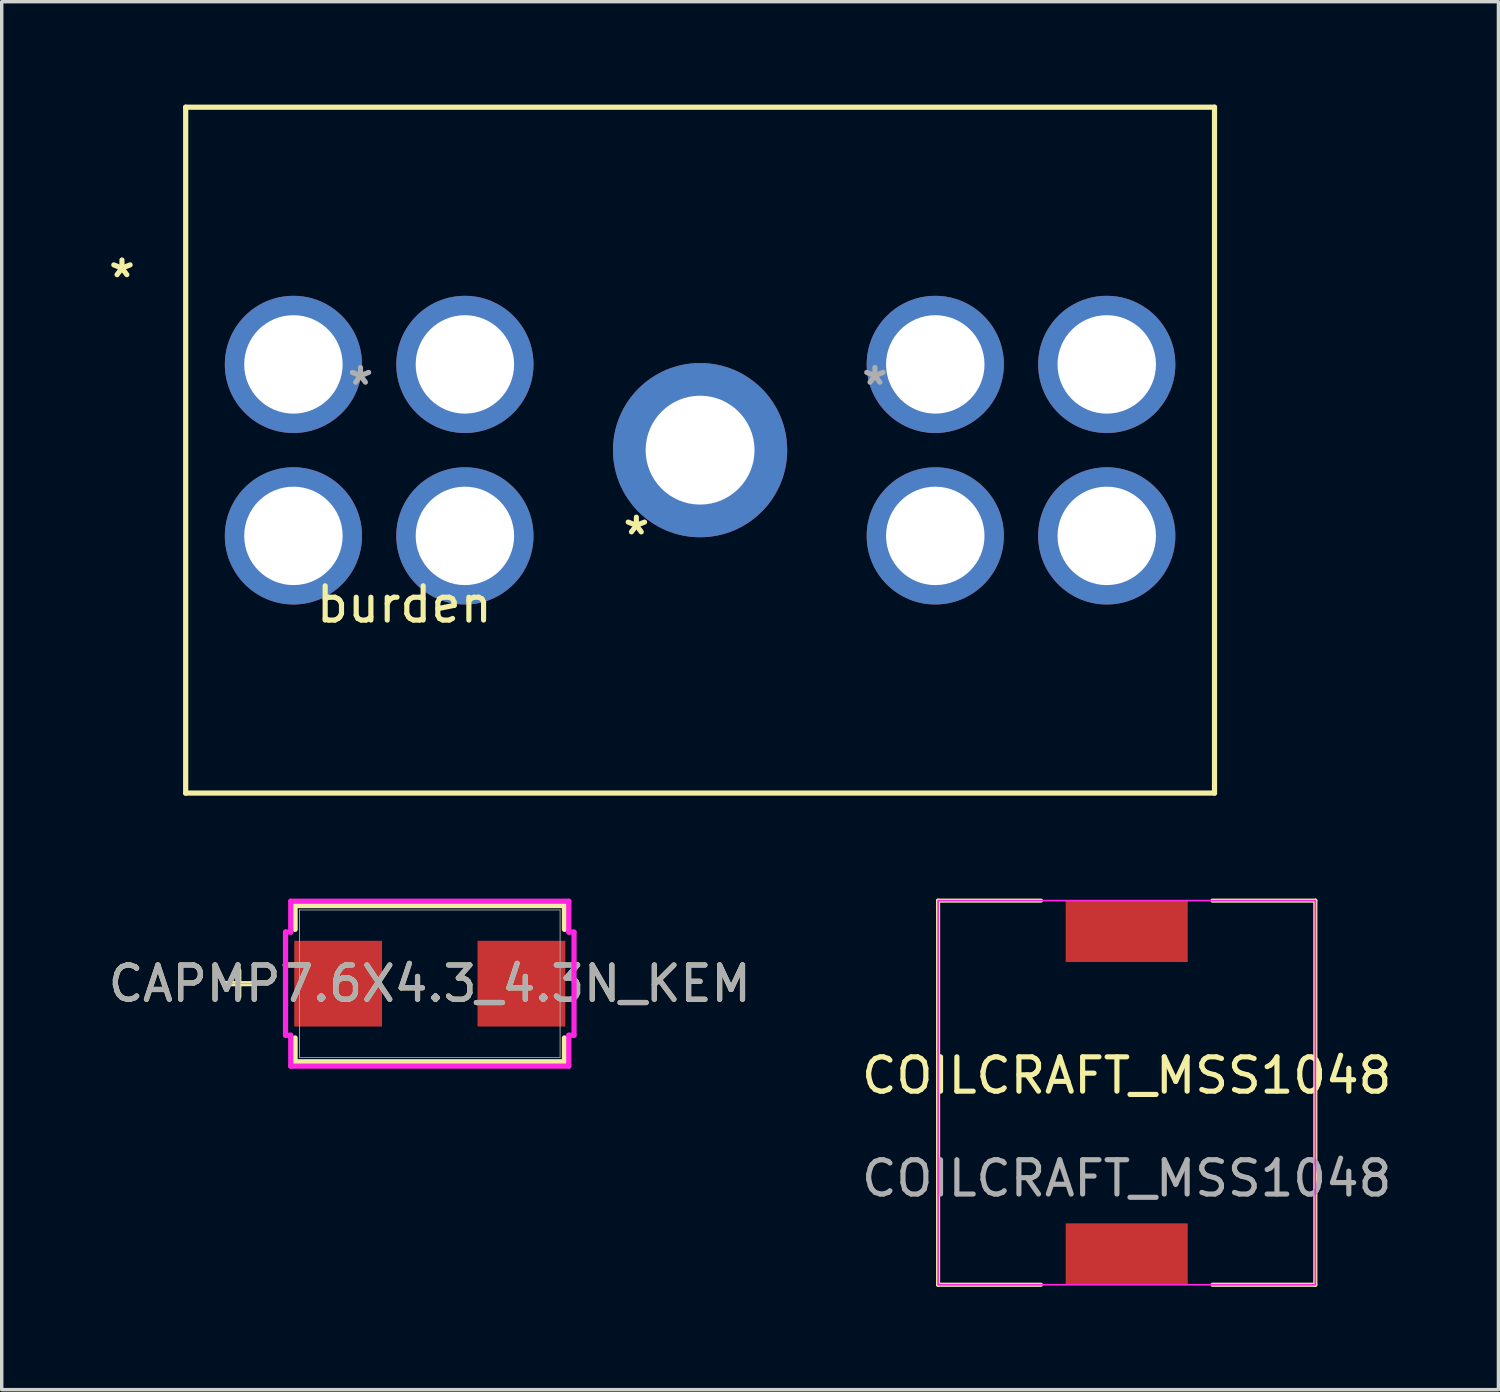
<source format=kicad_pcb>
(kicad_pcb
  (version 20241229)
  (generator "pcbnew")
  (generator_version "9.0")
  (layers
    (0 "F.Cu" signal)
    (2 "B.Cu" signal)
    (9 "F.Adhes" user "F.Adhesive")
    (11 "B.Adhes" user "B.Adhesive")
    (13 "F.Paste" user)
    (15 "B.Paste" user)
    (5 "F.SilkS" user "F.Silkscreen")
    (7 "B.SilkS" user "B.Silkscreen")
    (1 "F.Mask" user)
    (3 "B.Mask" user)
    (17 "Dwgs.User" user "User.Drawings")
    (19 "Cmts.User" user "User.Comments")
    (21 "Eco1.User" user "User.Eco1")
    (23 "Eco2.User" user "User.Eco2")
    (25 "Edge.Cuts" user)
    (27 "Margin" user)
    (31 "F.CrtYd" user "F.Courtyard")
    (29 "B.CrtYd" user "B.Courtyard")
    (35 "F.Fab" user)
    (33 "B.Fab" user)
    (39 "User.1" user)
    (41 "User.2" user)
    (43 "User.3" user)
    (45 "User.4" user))
  (footprint "COILCRAFT_MSS1048"
    (layer "F.Cu")
    (at 29.804 28.812)
    (property "Reference" "COILCRAFT_MSS1048" (at 0 -0.5 0) (unlocked yes) (layer "F.SilkS") (effects (font (size 1 1) (thickness 0.15))))
    (attr smd)
    (fp_line (start -5.5 -5.6) (end -5.5 5.6) (stroke (width 0.12) (type default)) (layer "F.SilkS"))
    (fp_line (start -5.5 5.6) (end -2.5 5.6) (stroke (width 0.12) (type default)) (layer "F.SilkS"))
    (fp_line (start -2.5 -5.6) (end -5.5 -5.6) (stroke (width 0.12) (type default)) (layer "F.SilkS"))
    (fp_line (start 2.5 -5.6) (end 5.5 -5.6) (stroke (width 0.12) (type default)) (layer "F.SilkS"))
    (fp_line (start 5.5 -5.6) (end 5.5 5.6) (stroke (width 0.12) (type default)) (layer "F.SilkS"))
    (fp_line (start 5.5 5.6) (end 2.5 5.6) (stroke (width 0.12) (type default)) (layer "F.SilkS"))
    (fp_rect (start -5.5 -5.6) (end 5.5 5.6) (stroke (width 0.05) (type default)) (fill no) (layer "F.CrtYd"))
    (fp_text user "${REFERENCE}" (at 0 2.5 0) (unlocked yes) (layer "F.Fab") (effects (font (size 1 1) (thickness 0.15))))
    (pad "1" smd rect (at 0 -4.7) (size 3.56 1.78) (layers "F.Cu" "F.Mask" "F.Paste"))
    (pad "2" smd rect (at 0 4.7) (size 3.56 1.78) (layers "F.Cu" "F.Mask" "F.Paste")))
  (footprint "burden"
    (layer "F.Cu")
    (at 17.364 10.076)
    (property "Reference" "burden" (at -8.623 4.5 0) (layer "F.SilkS") (effects (font (size 1 1) (thickness 0.15))))
    (attr through_hole)
    (fp_line (start -15 -10) (end 15 -10) (stroke (width 0.152) (type solid)) (layer "F.SilkS"))
    (fp_line (start -15 10) (end -15 -10) (stroke (width 0.152) (type solid)) (layer "F.SilkS"))
    (fp_line (start -15 10) (end 15 10) (stroke (width 0.152) (type solid)) (layer "F.SilkS"))
    (fp_line (start 15 10) (end 15 -10) (stroke (width 0.152) (type solid)) (layer "F.SilkS"))
    (fp_text user "*" (at -1.858 2.5 0) (layer "F.SilkS") (effects (font (size 1 1) (thickness 0.15))))
    (fp_text user "*" (at -16.858 -5 0) (layer "F.SilkS") (effects (font (size 1 1) (thickness 0.15))))
    (fp_text user "*" (at -9.902 -1.865 0) (layer "F.Fab") (effects (font (size 1 1) (thickness 0.15))))
    (fp_text user "*" (at 5.098 -1.865 0) (layer "F.Fab") (effects (font (size 1 1) (thickness 0.15))))
    (pad "1" thru_hole circle (at -11.858 -2.5) (size 4 4) (drill 2.87) (layers "*.Cu" "*.Mask"))
    (pad "2" thru_hole circle (at -6.858 -2.5) (size 4 4) (drill 2.87) (layers "*.Cu" "*.Mask"))
    (pad "3" thru_hole circle (at 6.858 -2.5) (size 4 4) (drill 2.87) (layers "*.Cu" "*.Mask"))
    (pad "4" thru_hole circle (at 11.858 -2.5) (size 4 4) (drill 2.87) (layers "*.Cu" "*.Mask"))
    (pad "5" thru_hole circle (at -11.858 2.5) (size 4 4) (drill 2.87) (layers "*.Cu" "*.Mask"))
    (pad "6" thru_hole circle (at -6.858 2.5) (size 4 4) (drill 2.87) (layers "*.Cu" "*.Mask"))
    (pad "7" thru_hole circle (at 6.858 2.5) (size 4 4) (drill 2.87) (layers "*.Cu" "*.Mask"))
    (pad "8" thru_hole circle (at 11.858 2.5) (size 4 4) (drill 2.87) (layers "*.Cu" "*.Mask"))
    (pad "9" thru_hole circle (at 0 0) (size 5.08 5.08) (drill 3.175) (layers "*.Cu" "*.Mask")))
  (footprint "CAPMP7.6X4.3_4.3N_KEM"
    (layer "F.Cu")
    (at 9.482 25.633)
    (property "Reference" "CAPMP7.6X4.3_4.3N_KEM" (at 0 0 0) (unlocked yes) (layer "F.SilkS") (effects (font (size 1 1) (thickness 0.15))))
    (attr smd)
    (fp_line (start -5.57 -0.381) (end -5.57 0.381) (stroke (width 0.152) (type solid)) (layer "F.SilkS"))
    (fp_line (start -5.189 0) (end -5.951 0) (stroke (width 0.152) (type solid)) (layer "F.SilkS"))
    (fp_line (start -3.927 -2.277) (end -3.927 -1.583) (stroke (width 0.152) (type solid)) (layer "F.SilkS"))
    (fp_line (start -3.927 1.583) (end -3.927 2.277) (stroke (width 0.152) (type solid)) (layer "F.SilkS"))
    (fp_line (start -3.927 2.277) (end 3.927 2.277) (stroke (width 0.152) (type solid)) (layer "F.SilkS"))
    (fp_line (start 3.927 -2.277) (end -3.927 -2.277) (stroke (width 0.152) (type solid)) (layer "F.SilkS"))
    (fp_line (start 3.927 -1.583) (end 3.927 -2.277) (stroke (width 0.152) (type solid)) (layer "F.SilkS"))
    (fp_line (start 3.927 2.277) (end 3.927 1.583) (stroke (width 0.152) (type solid)) (layer "F.SilkS"))
    (fp_line (start -4.206 -1.504) (end -4.054 -1.504) (stroke (width 0.152) (type solid)) (layer "F.CrtYd"))
    (fp_line (start -4.206 1.504) (end -4.206 -1.504) (stroke (width 0.152) (type solid)) (layer "F.CrtYd"))
    (fp_line (start -4.054 -2.404) (end 4.054 -2.404) (stroke (width 0.152) (type solid)) (layer "F.CrtYd"))
    (fp_line (start -4.054 -1.504) (end -4.054 -2.404) (stroke (width 0.152) (type solid)) (layer "F.CrtYd"))
    (fp_line (start -4.054 1.504) (end -4.206 1.504) (stroke (width 0.152) (type solid)) (layer "F.CrtYd"))
    (fp_line (start -4.054 2.404) (end -4.054 1.504) (stroke (width 0.152) (type solid)) (layer "F.CrtYd"))
    (fp_line (start 4.054 -2.404) (end 4.054 -1.504) (stroke (width 0.152) (type solid)) (layer "F.CrtYd"))
    (fp_line (start 4.054 -1.504) (end 4.206 -1.504) (stroke (width 0.152) (type solid)) (layer "F.CrtYd"))
    (fp_line (start 4.054 1.504) (end 4.054 2.404) (stroke (width 0.152) (type solid)) (layer "F.CrtYd"))
    (fp_line (start 4.054 2.404) (end -4.054 2.404) (stroke (width 0.152) (type solid)) (layer "F.CrtYd"))
    (fp_line (start 4.206 -1.504) (end 4.206 1.504) (stroke (width 0.152) (type solid)) (layer "F.CrtYd"))
    (fp_line (start 4.206 1.504) (end 4.054 1.504) (stroke (width 0.152) (type solid)) (layer "F.CrtYd"))
    (fp_line (start -5.57 -0.381) (end -5.57 0.381) (stroke (width 0.025) (type solid)) (layer "F.Fab"))
    (fp_line (start -5.189 0) (end -5.951 0) (stroke (width 0.025) (type solid)) (layer "F.Fab"))
    (fp_line (start -3.8 -2.15) (end -3.8 2.15) (stroke (width 0.025) (type solid)) (layer "F.Fab"))
    (fp_line (start -3.8 2.15) (end 3.8 2.15) (stroke (width 0.025) (type solid)) (layer "F.Fab"))
    (fp_line (start 3.8 -2.15) (end -3.8 -2.15) (stroke (width 0.025) (type solid)) (layer "F.Fab"))
    (fp_line (start 3.8 2.15) (end 3.8 -2.15) (stroke (width 0.025) (type solid)) (layer "F.Fab"))
    (fp_text user "${REFERENCE}" (at 0 0 0) (unlocked yes) (layer "F.Fab") (effects (font (size 1 1) (thickness 0.15))))
    (pad "1" smd rect (at -2.672 0 90) (size 2.5 2.56) (layers "F.Cu" "F.Mask" "F.Paste"))
    (pad "2" smd rect (at 2.672 0 90) (size 2.5 2.56) (layers "F.Cu" "F.Mask" "F.Paste"))
    (zone (net_name "") (layer "F.Cu") (hatch full 0.508) (connect_pads) (min_thickness 0.254) (filled_areas_thickness no) (keepout (tracks not_allowed) (vias not_allowed) (pads allowed) (copperpour not_allowed) (footprints allowed)) (placement (enabled no)) (fill) (polygon (pts (xy 5.733 23.533) (xy 13.231 23.533) (xy 13.231 24.332) (xy 5.733 24.332))))
    (zone (net_name "") (layer "F.Cu") (hatch full 0.508) (connect_pads) (min_thickness 0.254) (filled_areas_thickness no) (keepout (tracks not_allowed) (vias not_allowed) (pads allowed) (copperpour not_allowed) (footprints allowed)) (placement (enabled no)) (fill) (polygon (pts (xy 5.733 26.933) (xy 13.231 26.933) (xy 13.231 27.732) (xy 5.733 27.732))))
    (zone (net_name "") (layer "F.Cu") (hatch full 0.508) (connect_pads) (min_thickness 0.254) (filled_areas_thickness no) (keepout (tracks not_allowed) (vias not_allowed) (pads allowed) (copperpour not_allowed) (footprints allowed)) (placement (enabled no)) (fill) (polygon (pts (xy 7.841 24.332) (xy 11.123 24.332) (xy 11.123 26.933) (xy 7.841 26.933)))))
  (gr_rect
    (start -3 -3)
    (end 40.643 37.472)
    (stroke (width 0.1) (type default))
    (fill no)
    (layer "Edge.Cuts")))
</source>
